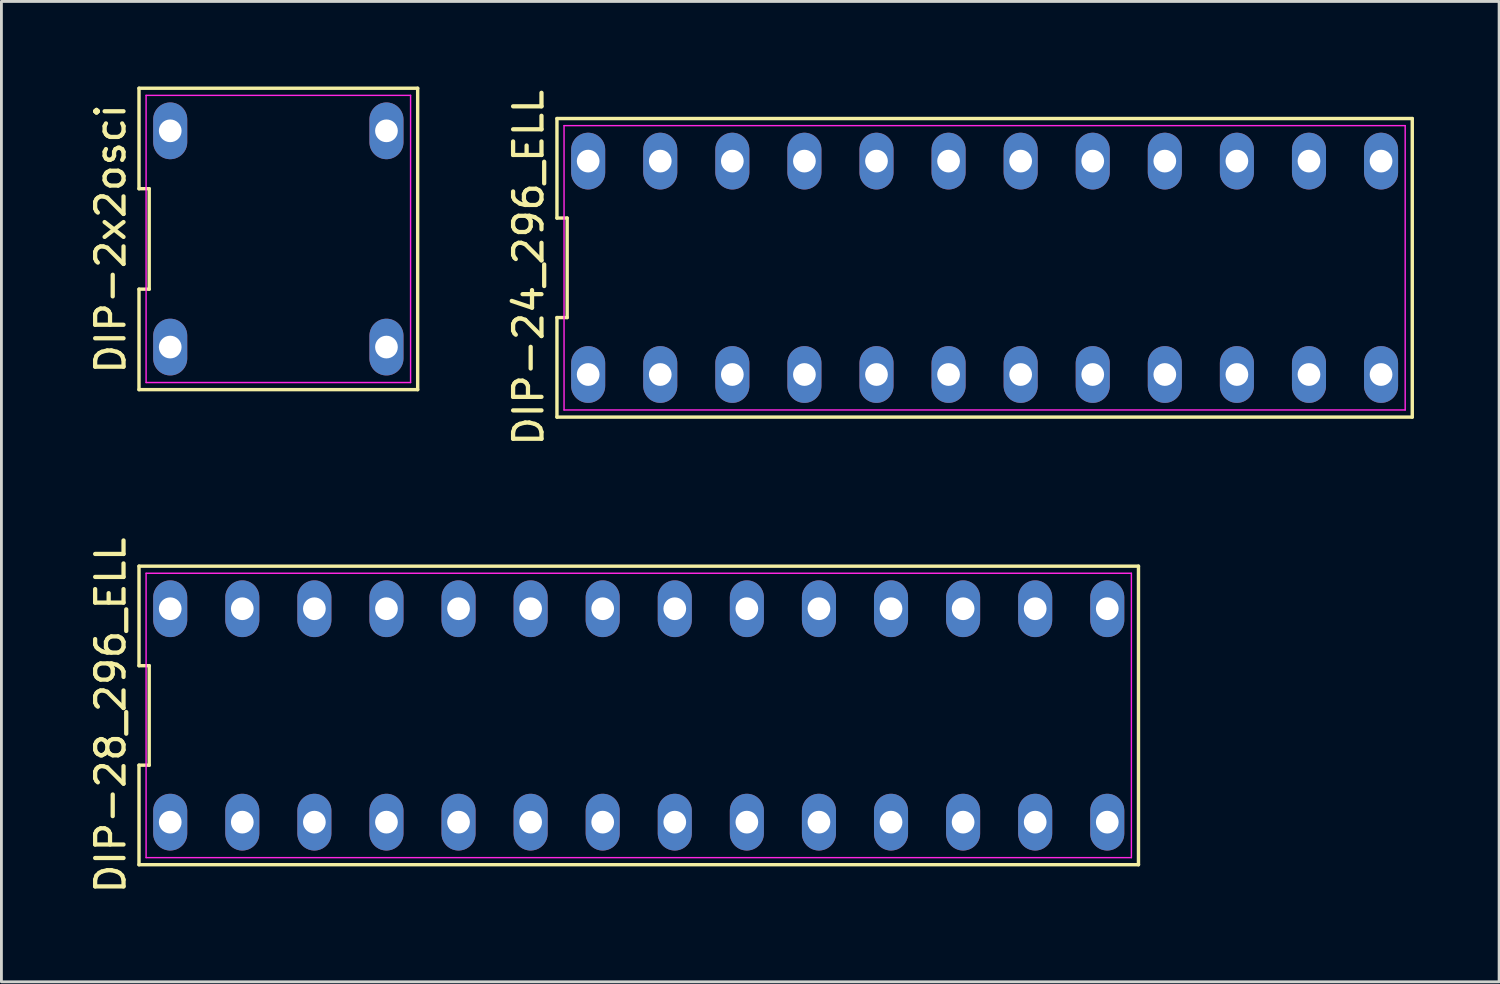
<source format=kicad_pcb>
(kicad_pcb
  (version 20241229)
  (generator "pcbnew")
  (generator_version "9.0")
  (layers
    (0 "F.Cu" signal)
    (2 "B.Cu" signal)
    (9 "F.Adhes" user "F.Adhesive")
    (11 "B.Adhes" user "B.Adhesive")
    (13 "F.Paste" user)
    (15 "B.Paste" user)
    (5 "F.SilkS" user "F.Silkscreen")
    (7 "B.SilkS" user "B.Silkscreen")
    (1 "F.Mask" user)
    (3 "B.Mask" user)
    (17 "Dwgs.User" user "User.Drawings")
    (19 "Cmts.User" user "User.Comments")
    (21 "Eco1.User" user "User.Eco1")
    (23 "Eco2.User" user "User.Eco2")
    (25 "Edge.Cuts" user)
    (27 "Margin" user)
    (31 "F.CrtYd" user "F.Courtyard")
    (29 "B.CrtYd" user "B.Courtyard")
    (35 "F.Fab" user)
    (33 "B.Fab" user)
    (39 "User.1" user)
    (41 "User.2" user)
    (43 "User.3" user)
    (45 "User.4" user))
  (footprint "DIP-2x2osci"
    (layer "F.Cu")
    (at 6.758 5.37)
    (property "Reference" "DIP-2x2osci" (at -5.91 0 90) (layer "F.SilkS") (effects (font (size 1 1) (thickness 0.15))))
    (attr through_hole)
    (fp_line (start -4.91 -5.31) (end -4.91 -1.77) (stroke (width 0.12) (type solid)) (layer "F.SilkS"))
    (fp_line (start -4.91 -1.77) (end -4.55 -1.77) (stroke (width 0.12) (type solid)) (layer "F.SilkS"))
    (fp_line (start -4.91 1.77) (end -4.91 5.31) (stroke (width 0.12) (type solid)) (layer "F.SilkS"))
    (fp_line (start -4.91 5.31) (end 4.91 5.31) (stroke (width 0.12) (type solid)) (layer "F.SilkS"))
    (fp_line (start -4.55 -1.77) (end -4.55 1.77) (stroke (width 0.12) (type solid)) (layer "F.SilkS"))
    (fp_line (start -4.55 1.77) (end -4.91 1.77) (stroke (width 0.12) (type solid)) (layer "F.SilkS"))
    (fp_line (start 4.91 -5.31) (end -4.91 -5.31) (stroke (width 0.12) (type solid)) (layer "F.SilkS"))
    (fp_line (start 4.91 5.31) (end 4.91 -5.31) (stroke (width 0.12) (type solid)) (layer "F.SilkS"))
    (fp_line (start -4.66 -5.06) (end 4.66 -5.06) (stroke (width 0.05) (type solid)) (layer "F.CrtYd"))
    (fp_line (start -4.66 5.06) (end -4.66 -5.06) (stroke (width 0.05) (type solid)) (layer "F.CrtYd"))
    (fp_line (start 4.66 -5.06) (end 4.66 5.06) (stroke (width 0.05) (type solid)) (layer "F.CrtYd"))
    (fp_line (start 4.66 5.06) (end -4.66 5.06) (stroke (width 0.05) (type solid)) (layer "F.CrtYd"))
    (pad "1" thru_hole oval (at -3.81 3.81) (size 1.2 2) (drill 0.8) (layers "*.Cu" "*.Mask"))
    (pad "4" thru_hole oval (at 3.81 3.81) (size 1.2 2) (drill 0.8) (layers "*.Cu" "*.Mask"))
    (pad "5" thru_hole oval (at 3.81 -3.81) (size 1.2 2) (drill 0.8) (layers "*.Cu" "*.Mask"))
    (pad "8" thru_hole oval (at -3.81 -3.81) (size 1.2 2) (drill 0.8) (layers "*.Cu" "*.Mask")))
  (footprint "DIP-24_296_ELL"
    (layer "F.Cu")
    (at 31.646 6.387)
    (property "Reference" "DIP-24_296_ELL" (at -16.07 0 90) (layer "F.SilkS") (effects (font (size 1 1) (thickness 0.15))))
    (attr through_hole)
    (fp_line (start -15.07 -5.26) (end -15.07 -1.753) (stroke (width 0.12) (type solid)) (layer "F.SilkS"))
    (fp_line (start -15.07 -1.753) (end -14.71 -1.753) (stroke (width 0.12) (type solid)) (layer "F.SilkS"))
    (fp_line (start -15.07 1.753) (end -15.07 5.26) (stroke (width 0.12) (type solid)) (layer "F.SilkS"))
    (fp_line (start -15.07 5.26) (end 15.07 5.26) (stroke (width 0.12) (type solid)) (layer "F.SilkS"))
    (fp_line (start -14.71 -1.753) (end -14.71 1.753) (stroke (width 0.12) (type solid)) (layer "F.SilkS"))
    (fp_line (start -14.71 1.753) (end -15.07 1.753) (stroke (width 0.12) (type solid)) (layer "F.SilkS"))
    (fp_line (start 15.07 -5.26) (end -15.07 -5.26) (stroke (width 0.12) (type solid)) (layer "F.SilkS"))
    (fp_line (start 15.07 5.26) (end 15.07 -5.26) (stroke (width 0.12) (type solid)) (layer "F.SilkS"))
    (fp_line (start -14.82 -5.01) (end 14.82 -5.01) (stroke (width 0.05) (type solid)) (layer "F.CrtYd"))
    (fp_line (start -14.82 5.01) (end -14.82 -5.01) (stroke (width 0.05) (type solid)) (layer "F.CrtYd"))
    (fp_line (start 14.82 -5.01) (end 14.82 5.01) (stroke (width 0.05) (type solid)) (layer "F.CrtYd"))
    (fp_line (start 14.82 5.01) (end -14.82 5.01) (stroke (width 0.05) (type solid)) (layer "F.CrtYd"))
    (pad "1" thru_hole oval (at -13.97 3.76) (size 1.2 2) (drill 0.8) (layers "*.Cu" "*.Mask"))
    (pad "2" thru_hole oval (at -11.43 3.76) (size 1.2 2) (drill 0.8) (layers "*.Cu" "*.Mask"))
    (pad "3" thru_hole oval (at -8.89 3.76) (size 1.2 2) (drill 0.8) (layers "*.Cu" "*.Mask"))
    (pad "4" thru_hole oval (at -6.35 3.76) (size 1.2 2) (drill 0.8) (layers "*.Cu" "*.Mask"))
    (pad "5" thru_hole oval (at -3.81 3.76) (size 1.2 2) (drill 0.8) (layers "*.Cu" "*.Mask"))
    (pad "6" thru_hole oval (at -1.27 3.76) (size 1.2 2) (drill 0.8) (layers "*.Cu" "*.Mask"))
    (pad "7" thru_hole oval (at 1.27 3.76) (size 1.2 2) (drill 0.8) (layers "*.Cu" "*.Mask"))
    (pad "8" thru_hole oval (at 3.81 3.76) (size 1.2 2) (drill 0.8) (layers "*.Cu" "*.Mask"))
    (pad "9" thru_hole oval (at 6.35 3.76) (size 1.2 2) (drill 0.8) (layers "*.Cu" "*.Mask"))
    (pad "10" thru_hole oval (at 8.89 3.76) (size 1.2 2) (drill 0.8) (layers "*.Cu" "*.Mask"))
    (pad "11" thru_hole oval (at 11.43 3.76) (size 1.2 2) (drill 0.8) (layers "*.Cu" "*.Mask"))
    (pad "12" thru_hole oval (at 13.97 3.76) (size 1.2 2) (drill 0.8) (layers "*.Cu" "*.Mask"))
    (pad "13" thru_hole oval (at 13.97 -3.76) (size 1.2 2) (drill 0.8) (layers "*.Cu" "*.Mask"))
    (pad "14" thru_hole oval (at 11.43 -3.76) (size 1.2 2) (drill 0.8) (layers "*.Cu" "*.Mask"))
    (pad "15" thru_hole oval (at 8.89 -3.76) (size 1.2 2) (drill 0.8) (layers "*.Cu" "*.Mask"))
    (pad "16" thru_hole oval (at 6.35 -3.76) (size 1.2 2) (drill 0.8) (layers "*.Cu" "*.Mask"))
    (pad "17" thru_hole oval (at 3.81 -3.76) (size 1.2 2) (drill 0.8) (layers "*.Cu" "*.Mask"))
    (pad "18" thru_hole oval (at 1.27 -3.76) (size 1.2 2) (drill 0.8) (layers "*.Cu" "*.Mask"))
    (pad "19" thru_hole oval (at -1.27 -3.76) (size 1.2 2) (drill 0.8) (layers "*.Cu" "*.Mask"))
    (pad "20" thru_hole oval (at -3.81 -3.76) (size 1.2 2) (drill 0.8) (layers "*.Cu" "*.Mask"))
    (pad "21" thru_hole oval (at -6.35 -3.76) (size 1.2 2) (drill 0.8) (layers "*.Cu" "*.Mask"))
    (pad "22" thru_hole oval (at -8.89 -3.76) (size 1.2 2) (drill 0.8) (layers "*.Cu" "*.Mask"))
    (pad "23" thru_hole oval (at -11.43 -3.76) (size 1.2 2) (drill 0.8) (layers "*.Cu" "*.Mask"))
    (pad "24" thru_hole oval (at -13.97 -3.76) (size 1.2 2) (drill 0.8) (layers "*.Cu" "*.Mask")))
  (footprint "DIP-28_296_ELL"
    (layer "F.Cu")
    (at 19.458 22.161)
    (property "Reference" "DIP-28_296_ELL" (at -18.61 0 90) (layer "F.SilkS") (effects (font (size 1 1) (thickness 0.15))))
    (attr through_hole)
    (fp_line (start -17.61 -5.26) (end -17.61 -1.753) (stroke (width 0.12) (type solid)) (layer "F.SilkS"))
    (fp_line (start -17.61 -1.753) (end -17.25 -1.753) (stroke (width 0.12) (type solid)) (layer "F.SilkS"))
    (fp_line (start -17.61 1.753) (end -17.61 5.26) (stroke (width 0.12) (type solid)) (layer "F.SilkS"))
    (fp_line (start -17.61 5.26) (end 17.61 5.26) (stroke (width 0.12) (type solid)) (layer "F.SilkS"))
    (fp_line (start -17.25 -1.753) (end -17.25 1.753) (stroke (width 0.12) (type solid)) (layer "F.SilkS"))
    (fp_line (start -17.25 1.753) (end -17.61 1.753) (stroke (width 0.12) (type solid)) (layer "F.SilkS"))
    (fp_line (start 17.61 -5.26) (end -17.61 -5.26) (stroke (width 0.12) (type solid)) (layer "F.SilkS"))
    (fp_line (start 17.61 5.26) (end 17.61 -5.26) (stroke (width 0.12) (type solid)) (layer "F.SilkS"))
    (fp_line (start -17.36 -5.01) (end 17.36 -5.01) (stroke (width 0.05) (type solid)) (layer "F.CrtYd"))
    (fp_line (start -17.36 5.01) (end -17.36 -5.01) (stroke (width 0.05) (type solid)) (layer "F.CrtYd"))
    (fp_line (start 17.36 -5.01) (end 17.36 5.01) (stroke (width 0.05) (type solid)) (layer "F.CrtYd"))
    (fp_line (start 17.36 5.01) (end -17.36 5.01) (stroke (width 0.05) (type solid)) (layer "F.CrtYd"))
    (pad "1" thru_hole oval (at -16.51 3.76) (size 1.2 2) (drill 0.8) (layers "*.Cu" "*.Mask"))
    (pad "2" thru_hole oval (at -13.97 3.76) (size 1.2 2) (drill 0.8) (layers "*.Cu" "*.Mask"))
    (pad "3" thru_hole oval (at -11.43 3.76) (size 1.2 2) (drill 0.8) (layers "*.Cu" "*.Mask"))
    (pad "4" thru_hole oval (at -8.89 3.76) (size 1.2 2) (drill 0.8) (layers "*.Cu" "*.Mask"))
    (pad "5" thru_hole oval (at -6.35 3.76) (size 1.2 2) (drill 0.8) (layers "*.Cu" "*.Mask"))
    (pad "6" thru_hole oval (at -3.81 3.76) (size 1.2 2) (drill 0.8) (layers "*.Cu" "*.Mask"))
    (pad "7" thru_hole oval (at -1.27 3.76) (size 1.2 2) (drill 0.8) (layers "*.Cu" "*.Mask"))
    (pad "8" thru_hole oval (at 1.27 3.76) (size 1.2 2) (drill 0.8) (layers "*.Cu" "*.Mask"))
    (pad "9" thru_hole oval (at 3.81 3.76) (size 1.2 2) (drill 0.8) (layers "*.Cu" "*.Mask"))
    (pad "10" thru_hole oval (at 6.35 3.76) (size 1.2 2) (drill 0.8) (layers "*.Cu" "*.Mask"))
    (pad "11" thru_hole oval (at 8.89 3.76) (size 1.2 2) (drill 0.8) (layers "*.Cu" "*.Mask"))
    (pad "12" thru_hole oval (at 11.43 3.76) (size 1.2 2) (drill 0.8) (layers "*.Cu" "*.Mask"))
    (pad "13" thru_hole oval (at 13.97 3.76) (size 1.2 2) (drill 0.8) (layers "*.Cu" "*.Mask"))
    (pad "14" thru_hole oval (at 16.51 3.76) (size 1.2 2) (drill 0.8) (layers "*.Cu" "*.Mask"))
    (pad "15" thru_hole oval (at 16.51 -3.76) (size 1.2 2) (drill 0.8) (layers "*.Cu" "*.Mask"))
    (pad "16" thru_hole oval (at 13.97 -3.76) (size 1.2 2) (drill 0.8) (layers "*.Cu" "*.Mask"))
    (pad "17" thru_hole oval (at 11.43 -3.76) (size 1.2 2) (drill 0.8) (layers "*.Cu" "*.Mask"))
    (pad "18" thru_hole oval (at 8.89 -3.76) (size 1.2 2) (drill 0.8) (layers "*.Cu" "*.Mask"))
    (pad "19" thru_hole oval (at 6.35 -3.76) (size 1.2 2) (drill 0.8) (layers "*.Cu" "*.Mask"))
    (pad "20" thru_hole oval (at 3.81 -3.76) (size 1.2 2) (drill 0.8) (layers "*.Cu" "*.Mask"))
    (pad "21" thru_hole oval (at 1.27 -3.76) (size 1.2 2) (drill 0.8) (layers "*.Cu" "*.Mask"))
    (pad "22" thru_hole oval (at -1.27 -3.76) (size 1.2 2) (drill 0.8) (layers "*.Cu" "*.Mask"))
    (pad "23" thru_hole oval (at -3.81 -3.76) (size 1.2 2) (drill 0.8) (layers "*.Cu" "*.Mask"))
    (pad "24" thru_hole oval (at -6.35 -3.76) (size 1.2 2) (drill 0.8) (layers "*.Cu" "*.Mask"))
    (pad "25" thru_hole oval (at -8.89 -3.76) (size 1.2 2) (drill 0.8) (layers "*.Cu" "*.Mask"))
    (pad "26" thru_hole oval (at -11.43 -3.76) (size 1.2 2) (drill 0.8) (layers "*.Cu" "*.Mask"))
    (pad "27" thru_hole oval (at -13.97 -3.76) (size 1.2 2) (drill 0.8) (layers "*.Cu" "*.Mask"))
    (pad "28" thru_hole oval (at -16.51 -3.76) (size 1.2 2) (drill 0.8) (layers "*.Cu" "*.Mask")))
  (gr_rect
    (start -3 -3)
    (end 49.776 31.548)
    (stroke (width 0.1) (type default))
    (fill no)
    (layer "Edge.Cuts")))
</source>
